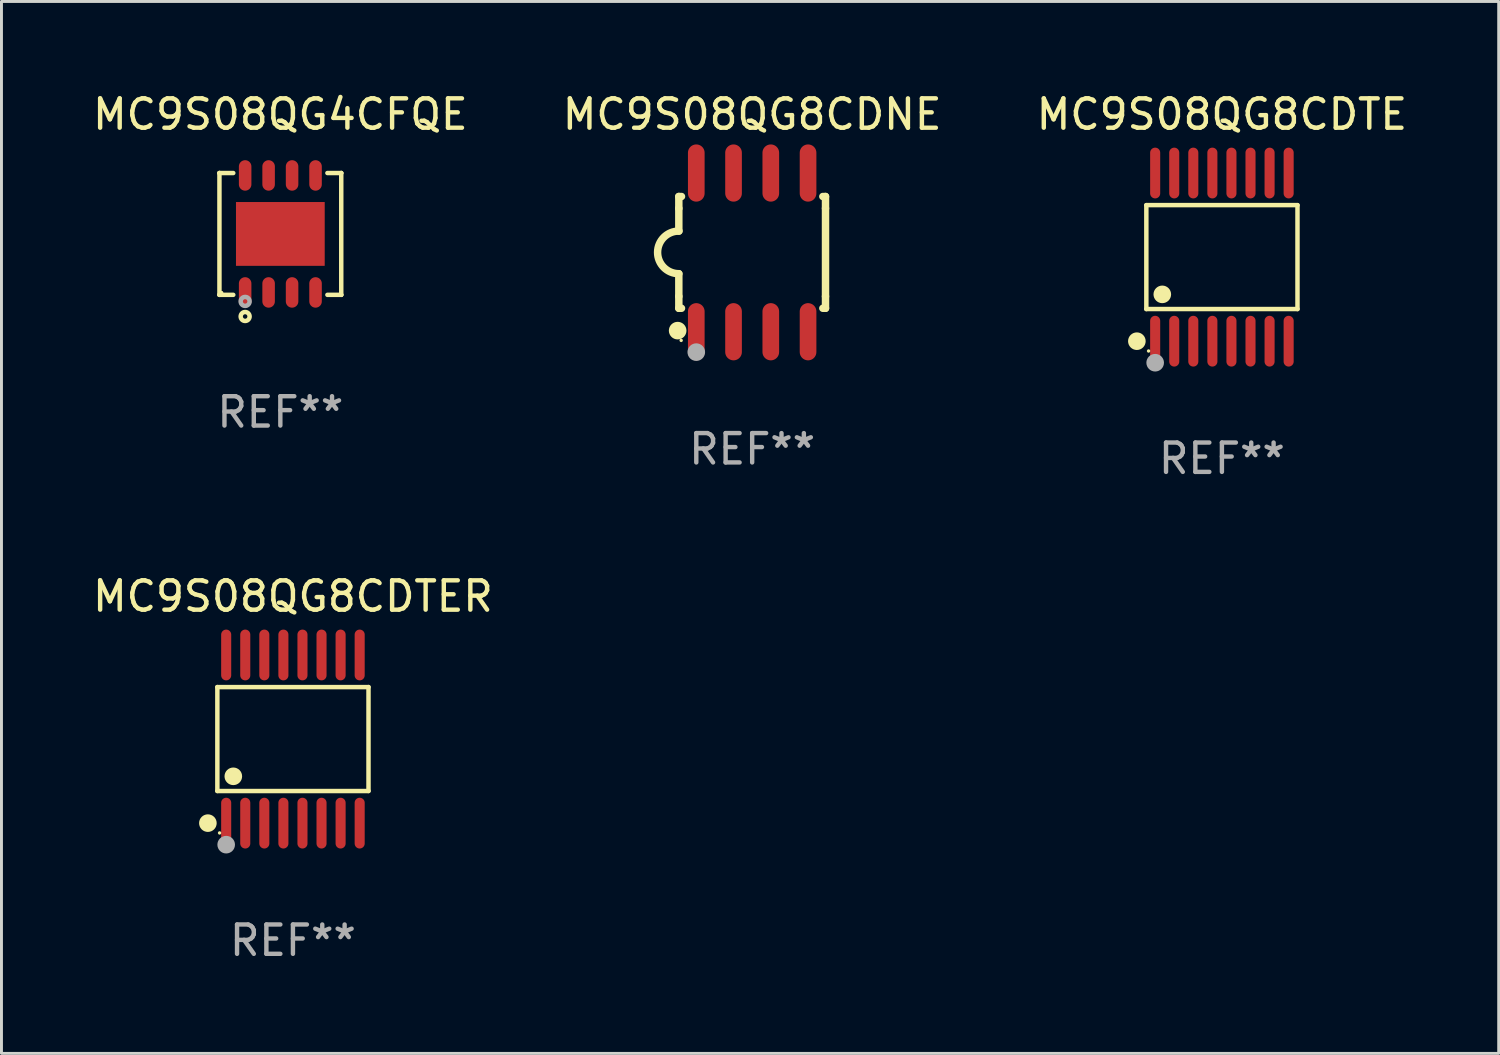
<source format=kicad_pcb>
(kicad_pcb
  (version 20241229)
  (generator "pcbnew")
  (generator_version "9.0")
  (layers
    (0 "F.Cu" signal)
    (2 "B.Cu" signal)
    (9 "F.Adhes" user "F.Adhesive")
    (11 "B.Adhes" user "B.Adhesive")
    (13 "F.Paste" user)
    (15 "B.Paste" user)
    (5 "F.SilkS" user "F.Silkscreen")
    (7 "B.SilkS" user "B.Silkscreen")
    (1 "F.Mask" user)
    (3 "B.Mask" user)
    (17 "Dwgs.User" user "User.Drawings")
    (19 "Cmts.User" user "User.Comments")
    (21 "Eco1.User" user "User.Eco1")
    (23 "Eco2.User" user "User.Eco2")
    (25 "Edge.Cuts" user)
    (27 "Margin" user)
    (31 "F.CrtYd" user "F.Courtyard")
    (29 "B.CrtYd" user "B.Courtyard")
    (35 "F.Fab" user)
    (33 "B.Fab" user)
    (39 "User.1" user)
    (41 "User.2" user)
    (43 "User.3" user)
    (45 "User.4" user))
  (footprint "MC9S08QG8CDTER"
    (layer "F.Cu")
    (at 6.935 22.142)
    (property "Reference" "MC9S08QG8CDTER" (at 0 -4.866 0) (layer "F.SilkS") (effects (font (size 1 1) (thickness 0.15))))
    (attr through_hole)
    (fp_line (start -2.576 -1.772) (end 2.576 -1.772) (stroke (width 0.152) (type solid)) (layer "F.SilkS"))
    (fp_line (start -2.576 1.771) (end -2.576 -1.772) (stroke (width 0.152) (type solid)) (layer "F.SilkS"))
    (fp_line (start 2.576 -1.772) (end 2.576 1.771) (stroke (width 0.152) (type solid)) (layer "F.SilkS"))
    (fp_line (start 2.576 1.771) (end -2.576 1.771) (stroke (width 0.152) (type solid)) (layer "F.SilkS"))
    (fp_circle (center -2.899 2.866) (end -2.749 2.866) (stroke (width 0.3) (type solid)) (fill no) (layer "F.SilkS"))
    (fp_circle (center -2.5 3.2) (end -2.47 3.2) (stroke (width 0.06) (type solid)) (fill no) (layer "F.SilkS"))
    (fp_circle (center -2.032 1.27) (end -1.882 1.27) (stroke (width 0.3) (type solid)) (fill no) (layer "F.SilkS"))
    (fp_circle (center -2.275 3.6) (end -2.125 3.6) (stroke (width 0.3) (type solid)) (fill no) (layer "F.Fab"))
    (fp_text user "REF**" (at 0 6.866 0) (layer "F.Fab") (effects (font (size 1 1) (thickness 0.15))))
    (pad "1" smd oval (at -2.275 2.866) (size 0.343 1.731) (layers "F.Cu" "F.Mask" "F.Paste"))
    (pad "2" smd oval (at -1.625 2.866) (size 0.343 1.731) (layers "F.Cu" "F.Mask" "F.Paste"))
    (pad "3" smd oval (at -0.975 2.866) (size 0.343 1.731) (layers "F.Cu" "F.Mask" "F.Paste"))
    (pad "4" smd oval (at -0.325 2.866) (size 0.343 1.731) (layers "F.Cu" "F.Mask" "F.Paste"))
    (pad "5" smd oval (at 0.325 2.866) (size 0.343 1.731) (layers "F.Cu" "F.Mask" "F.Paste"))
    (pad "6" smd oval (at 0.975 2.866) (size 0.343 1.731) (layers "F.Cu" "F.Mask" "F.Paste"))
    (pad "7" smd oval (at 1.625 2.866) (size 0.343 1.731) (layers "F.Cu" "F.Mask" "F.Paste"))
    (pad "8" smd oval (at 2.275 2.866) (size 0.343 1.731) (layers "F.Cu" "F.Mask" "F.Paste"))
    (pad "9" smd oval (at 2.275 -2.866) (size 0.343 1.731) (layers "F.Cu" "F.Mask" "F.Paste"))
    (pad "10" smd oval (at 1.625 -2.866) (size 0.343 1.731) (layers "F.Cu" "F.Mask" "F.Paste"))
    (pad "11" smd oval (at 0.975 -2.866) (size 0.343 1.731) (layers "F.Cu" "F.Mask" "F.Paste"))
    (pad "12" smd oval (at 0.325 -2.866) (size 0.343 1.731) (layers "F.Cu" "F.Mask" "F.Paste"))
    (pad "13" smd oval (at -0.325 -2.866) (size 0.343 1.731) (layers "F.Cu" "F.Mask" "F.Paste"))
    (pad "14" smd oval (at -0.975 -2.866) (size 0.343 1.731) (layers "F.Cu" "F.Mask" "F.Paste"))
    (pad "15" smd oval (at -1.625 -2.866) (size 0.343 1.731) (layers "F.Cu" "F.Mask" "F.Paste"))
    (pad "16" smd oval (at -2.275 -2.866) (size 0.343 1.731) (layers "F.Cu" "F.Mask" "F.Paste")))
  (footprint "MC9S08QG8CDNE"
    (layer "F.Cu")
    (at 22.589 5.553)
    (property "Reference" "MC9S08QG8CDNE" (at 0 -4.705 0) (layer "F.SilkS") (effects (font (size 1 1) (thickness 0.15))))
    (attr through_hole)
    (fp_line (start -2.5 -1.905) (end -2.409 -1.905) (stroke (width 0.254) (type solid)) (layer "F.SilkS"))
    (fp_line (start -2.5 -1.5) (end -2.5 -1.905) (stroke (width 0.254) (type solid)) (layer "F.SilkS"))
    (fp_line (start -2.5 -1.5) (end -2.5 -0.726) (stroke (width 0.254) (type solid)) (layer "F.SilkS"))
    (fp_line (start -2.5 1.5) (end -2.5 0.727) (stroke (width 0.254) (type solid)) (layer "F.SilkS"))
    (fp_line (start -2.5 1.5) (end -2.5 1.905) (stroke (width 0.254) (type solid)) (layer "F.SilkS"))
    (fp_line (start -2.5 1.905) (end -2.409 1.905) (stroke (width 0.254) (type solid)) (layer "F.SilkS"))
    (fp_line (start 2.5 -1.905) (end 2.409 -1.905) (stroke (width 0.254) (type solid)) (layer "F.SilkS"))
    (fp_line (start 2.5 -1.5) (end 2.5 -1.905) (stroke (width 0.254) (type solid)) (layer "F.SilkS"))
    (fp_line (start 2.5 -1.5) (end 2.5 1.5) (stroke (width 0.254) (type solid)) (layer "F.SilkS"))
    (fp_line (start 2.5 1.5) (end 2.5 1.905) (stroke (width 0.254) (type solid)) (layer "F.SilkS"))
    (fp_line (start 2.5 1.905) (end 2.409 1.905) (stroke (width 0.254) (type solid)) (layer "F.SilkS"))
    (fp_arc (start -2.5 0.726568) (mid -3.220316 -0.0023) (end -2.495097 -0.726289) (stroke (width 0.254001) (type solid)) (layer "F.SilkS"))
    (fp_circle (center -2.54 2.667) (end -2.39 2.667) (stroke (width 0.3) (type solid)) (fill no) (layer "F.SilkS"))
    (fp_circle (center -2.42 3) (end -2.39 3) (stroke (width 0.06) (type solid)) (fill no) (layer "F.SilkS"))
    (fp_circle (center -1.905 3.4) (end -1.755 3.4) (stroke (width 0.3) (type solid)) (fill no) (layer "F.Fab"))
    (fp_text user "REF**" (at 0 6.705 0) (layer "F.Fab") (effects (font (size 1 1) (thickness 0.15))))
    (pad "1" smd oval (at -1.905 2.705) (size 0.568 1.95) (layers "F.Cu" "F.Mask" "F.Paste"))
    (pad "2" smd oval (at -0.635 2.705) (size 0.568 1.95) (layers "F.Cu" "F.Mask" "F.Paste"))
    (pad "3" smd oval (at 0.635 2.705) (size 0.568 1.95) (layers "F.Cu" "F.Mask" "F.Paste"))
    (pad "4" smd oval (at 1.905 2.705) (size 0.568 1.95) (layers "F.Cu" "F.Mask" "F.Paste"))
    (pad "5" smd oval (at 1.905 -2.705) (size 0.568 1.95) (layers "F.Cu" "F.Mask" "F.Paste"))
    (pad "6" smd oval (at 0.635 -2.705) (size 0.568 1.95) (layers "F.Cu" "F.Mask" "F.Paste"))
    (pad "7" smd oval (at -0.635 -2.705) (size 0.568 1.95) (layers "F.Cu" "F.Mask" "F.Paste"))
    (pad "8" smd oval (at -1.905 -2.705) (size 0.568 1.95) (layers "F.Cu" "F.Mask" "F.Paste")))
  (footprint "MC9S08QG8CDTE"
    (layer "F.Cu")
    (at 38.601 5.714)
    (property "Reference" "MC9S08QG8CDTE" (at 0 -4.866 0) (layer "F.SilkS") (effects (font (size 1 1) (thickness 0.15))))
    (attr through_hole)
    (fp_line (start -2.576 -1.772) (end 2.576 -1.772) (stroke (width 0.152) (type solid)) (layer "F.SilkS"))
    (fp_line (start -2.576 1.771) (end -2.576 -1.772) (stroke (width 0.152) (type solid)) (layer "F.SilkS"))
    (fp_line (start 2.576 -1.772) (end 2.576 1.771) (stroke (width 0.152) (type solid)) (layer "F.SilkS"))
    (fp_line (start 2.576 1.771) (end -2.576 1.771) (stroke (width 0.152) (type solid)) (layer "F.SilkS"))
    (fp_circle (center -2.899 2.866) (end -2.749 2.866) (stroke (width 0.3) (type solid)) (fill no) (layer "F.SilkS"))
    (fp_circle (center -2.5 3.2) (end -2.47 3.2) (stroke (width 0.06) (type solid)) (fill no) (layer "F.SilkS"))
    (fp_circle (center -2.032 1.27) (end -1.882 1.27) (stroke (width 0.3) (type solid)) (fill no) (layer "F.SilkS"))
    (fp_circle (center -2.275 3.6) (end -2.125 3.6) (stroke (width 0.3) (type solid)) (fill no) (layer "F.Fab"))
    (fp_text user "REF**" (at 0 6.866 0) (layer "F.Fab") (effects (font (size 1 1) (thickness 0.15))))
    (pad "1" smd oval (at -2.275 2.866) (size 0.343 1.731) (layers "F.Cu" "F.Mask" "F.Paste"))
    (pad "2" smd oval (at -1.625 2.866) (size 0.343 1.731) (layers "F.Cu" "F.Mask" "F.Paste"))
    (pad "3" smd oval (at -0.975 2.866) (size 0.343 1.731) (layers "F.Cu" "F.Mask" "F.Paste"))
    (pad "4" smd oval (at -0.325 2.866) (size 0.343 1.731) (layers "F.Cu" "F.Mask" "F.Paste"))
    (pad "5" smd oval (at 0.325 2.866) (size 0.343 1.731) (layers "F.Cu" "F.Mask" "F.Paste"))
    (pad "6" smd oval (at 0.975 2.866) (size 0.343 1.731) (layers "F.Cu" "F.Mask" "F.Paste"))
    (pad "7" smd oval (at 1.625 2.866) (size 0.343 1.731) (layers "F.Cu" "F.Mask" "F.Paste"))
    (pad "8" smd oval (at 2.275 2.866) (size 0.343 1.731) (layers "F.Cu" "F.Mask" "F.Paste"))
    (pad "9" smd oval (at 2.275 -2.866) (size 0.343 1.731) (layers "F.Cu" "F.Mask" "F.Paste"))
    (pad "10" smd oval (at 1.625 -2.866) (size 0.343 1.731) (layers "F.Cu" "F.Mask" "F.Paste"))
    (pad "11" smd oval (at 0.975 -2.866) (size 0.343 1.731) (layers "F.Cu" "F.Mask" "F.Paste"))
    (pad "12" smd oval (at 0.325 -2.866) (size 0.343 1.731) (layers "F.Cu" "F.Mask" "F.Paste"))
    (pad "13" smd oval (at -0.325 -2.866) (size 0.343 1.731) (layers "F.Cu" "F.Mask" "F.Paste"))
    (pad "14" smd oval (at -0.975 -2.866) (size 0.343 1.731) (layers "F.Cu" "F.Mask" "F.Paste"))
    (pad "15" smd oval (at -1.625 -2.866) (size 0.343 1.731) (layers "F.Cu" "F.Mask" "F.Paste"))
    (pad "16" smd oval (at -2.275 -2.866) (size 0.343 1.731) (layers "F.Cu" "F.Mask" "F.Paste")))
  (footprint "MC9S08QG4CFQE"
    (layer "F.Cu")
    (at 6.506 4.924)
    (property "Reference" "MC9S08QG4CFQE" (at 0 -4.076 0) (layer "F.SilkS") (effects (font (size 1 1) (thickness 0.15))))
    (attr through_hole)
    (fp_line (start -2.076 -2.076) (end -2.076 -2.076) (stroke (width 0.152) (type solid)) (layer "F.SilkS"))
    (fp_line (start -2.076 -2.076) (end -1.604 -2.076) (stroke (width 0.152) (type solid)) (layer "F.SilkS"))
    (fp_line (start -2.076 2.076) (end -2.076 -2.076) (stroke (width 0.152) (type solid)) (layer "F.SilkS"))
    (fp_line (start -2.076 2.076) (end -2.076 2.076) (stroke (width 0.152) (type solid)) (layer "F.SilkS"))
    (fp_line (start -1.604 2.076) (end -2.076 2.076) (stroke (width 0.152) (type solid)) (layer "F.SilkS"))
    (fp_line (start 1.604 2.076) (end 2.076 2.076) (stroke (width 0.152) (type solid)) (layer "F.SilkS"))
    (fp_line (start 2.076 -2.076) (end 1.604 -2.076) (stroke (width 0.152) (type solid)) (layer "F.SilkS"))
    (fp_line (start 2.076 -2.076) (end 2.076 -2.076) (stroke (width 0.152) (type solid)) (layer "F.SilkS"))
    (fp_line (start 2.076 2.076) (end 2.076 -2.076) (stroke (width 0.152) (type solid)) (layer "F.SilkS"))
    (fp_line (start 2.076 2.076) (end 2.076 2.076) (stroke (width 0.152) (type solid)) (layer "F.SilkS"))
    (fp_circle (center -2 2) (end -1.97 2) (stroke (width 0.06) (type solid)) (fill no) (layer "F.SilkS"))
    (fp_circle (center -1.2 2.814) (end -1.124 2.814) (stroke (width 0.153) (type solid)) (fill no) (layer "F.SilkS"))
    (fp_circle (center -1.2 2.3) (end -1.124 2.3) (stroke (width 0.153) (type solid)) (fill no) (layer "F.Fab"))
    (fp_text user "REF**" (at 0 6.076 0) (layer "F.Fab") (effects (font (size 1 1) (thickness 0.15))))
    (pad "1" smd oval (at -1.2 1.994) (size 0.427 1.039) (layers "F.Cu" "F.Mask" "F.Paste"))
    (pad "2" smd oval (at -0.4 1.994) (size 0.427 1.039) (layers "F.Cu" "F.Mask" "F.Paste"))
    (pad "3" smd oval (at 0.4 1.994) (size 0.427 1.039) (layers "F.Cu" "F.Mask" "F.Paste"))
    (pad "4" smd oval (at 1.2 1.994) (size 0.427 1.039) (layers "F.Cu" "F.Mask" "F.Paste"))
    (pad "5" smd oval (at 1.2 -1.994) (size 0.427 1.039) (layers "F.Cu" "F.Mask" "F.Paste"))
    (pad "6" smd oval (at 0.4 -1.994) (size 0.427 1.039) (layers "F.Cu" "F.Mask" "F.Paste"))
    (pad "7" smd oval (at -0.4 -1.994) (size 0.427 1.039) (layers "F.Cu" "F.Mask" "F.Paste"))
    (pad "8" smd oval (at -1.2 -1.994) (size 0.427 1.039) (layers "F.Cu" "F.Mask" "F.Paste"))
    (pad "9" smd rect (at 0 0) (size 3.025 2.175) (layers "F.Cu" "F.Mask" "F.Paste")))
  (gr_rect
    (start -3 -3)
    (end 48.036 32.856)
    (stroke (width 0.1) (type default))
    (fill no)
    (layer "Edge.Cuts")))
</source>
